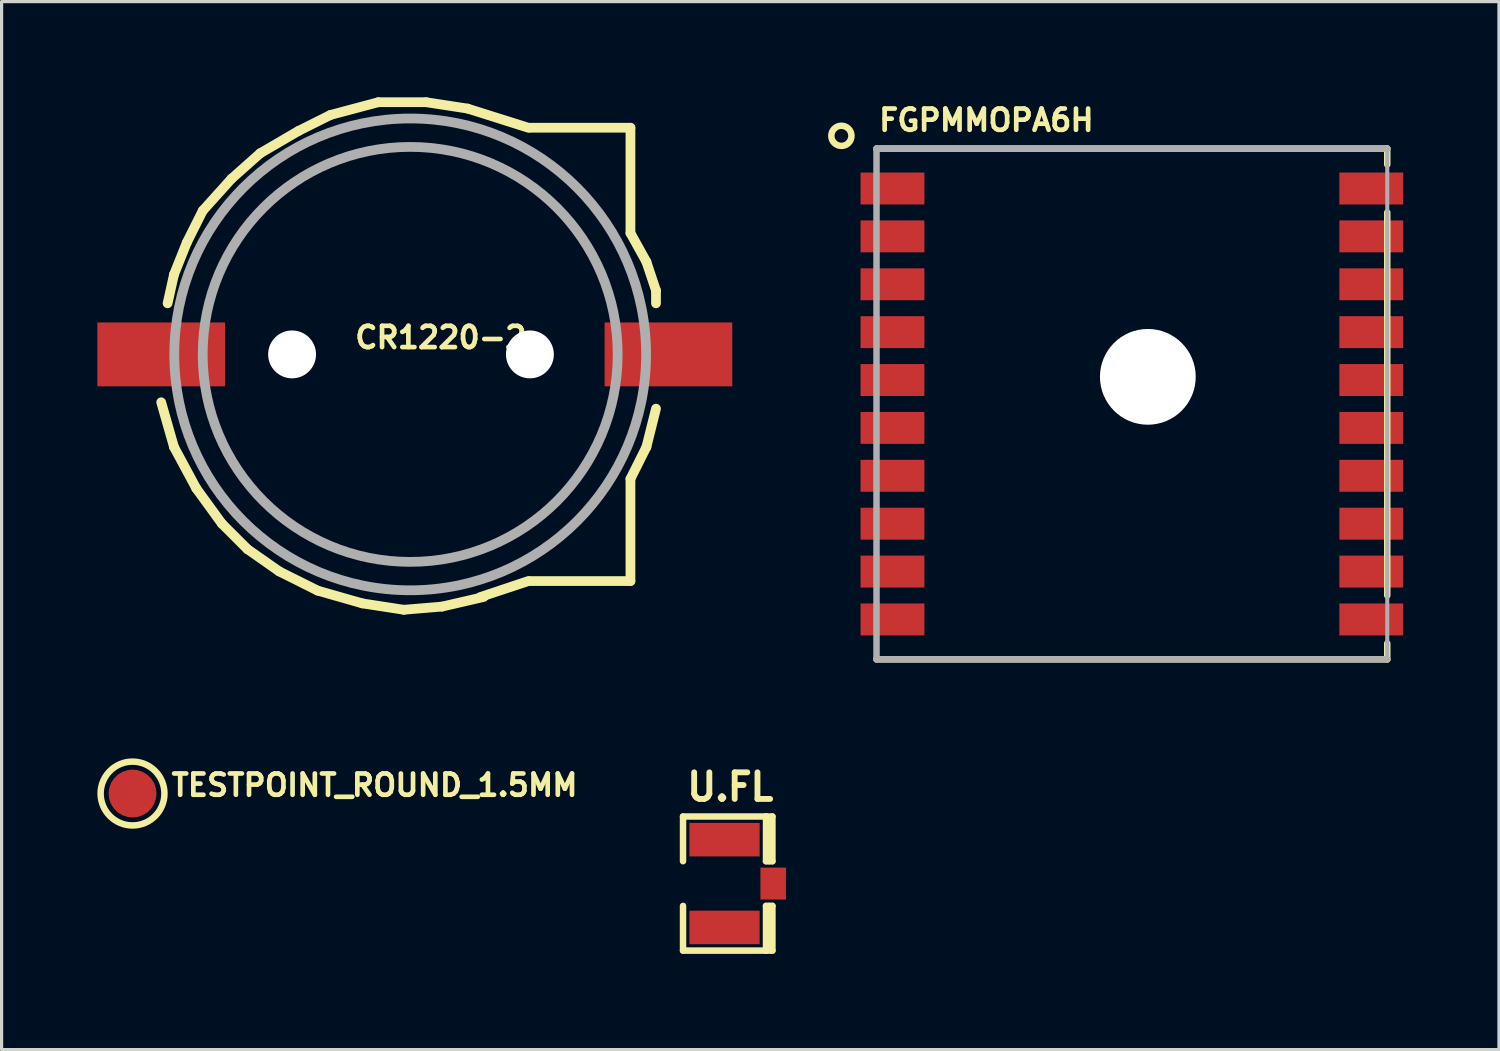
<source format=kicad_pcb>
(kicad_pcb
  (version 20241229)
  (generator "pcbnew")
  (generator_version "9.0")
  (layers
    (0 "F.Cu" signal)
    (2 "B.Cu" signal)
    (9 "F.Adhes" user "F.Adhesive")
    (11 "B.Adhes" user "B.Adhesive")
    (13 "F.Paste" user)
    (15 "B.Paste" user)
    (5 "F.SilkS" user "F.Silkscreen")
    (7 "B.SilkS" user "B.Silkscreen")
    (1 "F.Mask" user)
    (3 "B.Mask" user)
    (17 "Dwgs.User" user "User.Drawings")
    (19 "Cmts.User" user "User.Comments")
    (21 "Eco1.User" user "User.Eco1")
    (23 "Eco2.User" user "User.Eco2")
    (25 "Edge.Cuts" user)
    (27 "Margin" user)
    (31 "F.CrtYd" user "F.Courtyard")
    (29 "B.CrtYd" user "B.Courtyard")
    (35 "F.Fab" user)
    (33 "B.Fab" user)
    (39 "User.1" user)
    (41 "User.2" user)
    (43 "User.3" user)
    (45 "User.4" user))
  (footprint "FGPMMOPA6H"
    (layer "F.Cu")
    (at 32.408 9.605)
    (property "Reference" "FGPMMOPA6H" (at -8 -8.5 0) (unlocked yes) (layer "F.SilkS") (effects (font (size 0.666 0.666) (thickness 0.146)) (justify left bottom)))
    (fp_line (start -8 -8) (end 8 -8) (stroke (width 0.203) (type solid)) (layer "F.SilkS"))
    (fp_line (start 8 -8) (end 8 -7.5) (stroke (width 0.203) (type solid)) (layer "F.SilkS"))
    (fp_line (start 8 -6) (end 8 6) (stroke (width 0.203) (type solid)) (layer "F.SilkS"))
    (fp_line (start 8 7.5) (end 8 8) (stroke (width 0.203) (type solid)) (layer "F.SilkS"))
    (fp_line (start 8 8) (end -8 8) (stroke (width 0.203) (type solid)) (layer "F.SilkS"))
    (fp_circle (center -9.1 -8.4) (end -8.784 -8.4) (stroke (width 0.203) (type solid)) (fill no) (layer "F.SilkS"))
    (fp_line (start -8 -8) (end 8 -8) (stroke (width 0.203) (type solid)) (layer "F.Fab"))
    (fp_line (start -8 8) (end -8 -8) (stroke (width 0.203) (type solid)) (layer "F.Fab"))
    (fp_line (start 8 -8) (end 8 8) (stroke (width 0.127) (type solid)) (layer "F.Fab"))
    (fp_line (start 8 8) (end -8 8) (stroke (width 0.203) (type solid)) (layer "F.Fab"))
    (fp_circle (center 0.5 -0.85) (end 1 -0.85) (stroke (width 0.813) (type solid)) (fill no) (layer "F.Fab"))
    (pad "" np_thru_hole circle (at 0.5 -0.85) (size 3 3) (drill 3) (layers "*.Cu" "*.Mask"))
    (pad "P$1" smd rect (at -7.5 -6.75) (size 2 1) (layers "F.Cu" "F.Mask" "F.Paste"))
    (pad "P$2" smd rect (at -7.5 -5.25) (size 2 1) (layers "F.Cu" "F.Mask" "F.Paste"))
    (pad "P$3" smd rect (at -7.5 -3.75) (size 2 1) (layers "F.Cu" "F.Mask" "F.Paste"))
    (pad "P$4" smd rect (at -7.5 -2.25) (size 2 1) (layers "F.Cu" "F.Mask" "F.Paste"))
    (pad "P$5" smd rect (at -7.5 -0.75) (size 2 1) (layers "F.Cu" "F.Mask" "F.Paste"))
    (pad "P$6" smd rect (at -7.5 0.75) (size 2 1) (layers "F.Cu" "F.Mask" "F.Paste"))
    (pad "P$7" smd rect (at -7.5 2.25) (size 2 1) (layers "F.Cu" "F.Mask" "F.Paste"))
    (pad "P$8" smd rect (at -7.5 3.75) (size 2 1) (layers "F.Cu" "F.Mask" "F.Paste"))
    (pad "P$9" smd rect (at -7.5 5.25) (size 2 1) (layers "F.Cu" "F.Mask" "F.Paste"))
    (pad "P$10" smd rect (at -7.5 6.75) (size 2 1) (layers "F.Cu" "F.Mask" "F.Paste"))
    (pad "P$11" smd rect (at 7.5 6.75 180) (size 2 1) (layers "F.Cu" "F.Mask" "F.Paste"))
    (pad "P$12" smd rect (at 7.5 5.25 180) (size 2 1) (layers "F.Cu" "F.Mask" "F.Paste"))
    (pad "P$13" smd rect (at 7.5 3.75 180) (size 2 1) (layers "F.Cu" "F.Mask" "F.Paste"))
    (pad "P$14" smd rect (at 7.5 2.25 180) (size 2 1) (layers "F.Cu" "F.Mask" "F.Paste"))
    (pad "P$15" smd rect (at 7.5 0.75 180) (size 2 1) (layers "F.Cu" "F.Mask" "F.Paste"))
    (pad "P$16" smd rect (at 7.5 -0.75 180) (size 2 1) (layers "F.Cu" "F.Mask" "F.Paste"))
    (pad "P$17" smd rect (at 7.5 -2.25 180) (size 2 1) (layers "F.Cu" "F.Mask" "F.Paste"))
    (pad "P$18" smd rect (at 7.5 -3.75 180) (size 2 1) (layers "F.Cu" "F.Mask" "F.Paste"))
    (pad "P$19" smd rect (at 7.5 -5.25 180) (size 2 1) (layers "F.Cu" "F.Mask" "F.Paste"))
    (pad "P$20" smd rect (at 7.5 -6.75 180) (size 2 1) (layers "F.Cu" "F.Mask" "F.Paste")))
  (footprint "CR1220-2"
    (layer "F.Cu")
    (at 9.6 8.052)
    (property "Reference" "CR1220-2" (at -1.602 -0.14 0) (unlocked yes) (layer "F.SilkS") (effects (font (size 0.666 0.666) (thickness 0.146)) (justify left bottom)))
    (fp_line (start -7.6 1.5) (end -7.2 2.9) (stroke (width 0.305) (type solid)) (layer "F.SilkS"))
    (fp_line (start -7.4 -1.6) (end -7.2 -2.5) (stroke (width 0.305) (type solid)) (layer "F.SilkS"))
    (fp_line (start -7.2 -2.5) (end -6.8 -3.5) (stroke (width 0.305) (type solid)) (layer "F.SilkS"))
    (fp_line (start -7.2 2.9) (end -6.5 4.2) (stroke (width 0.305) (type solid)) (layer "F.SilkS"))
    (fp_line (start -6.8 -3.5) (end -6.3 -4.5) (stroke (width 0.305) (type solid)) (layer "F.SilkS"))
    (fp_line (start -6.5 4.2) (end -5.7 5.3) (stroke (width 0.305) (type solid)) (layer "F.SilkS"))
    (fp_line (start -6.3 -4.5) (end -5.4 -5.5) (stroke (width 0.305) (type solid)) (layer "F.SilkS"))
    (fp_line (start -5.7 5.3) (end -4.9 6.1) (stroke (width 0.305) (type solid)) (layer "F.SilkS"))
    (fp_line (start -5.4 -5.5) (end -4.5 -6.3) (stroke (width 0.305) (type solid)) (layer "F.SilkS"))
    (fp_line (start -4.9 6.1) (end -3.9 6.8) (stroke (width 0.305) (type solid)) (layer "F.SilkS"))
    (fp_line (start -4.5 -6.3) (end -3.3 -7) (stroke (width 0.305) (type solid)) (layer "F.SilkS"))
    (fp_line (start -3.9 6.8) (end -2.7 7.4) (stroke (width 0.305) (type solid)) (layer "F.SilkS"))
    (fp_line (start -3.3 -7) (end -2.3 -7.5) (stroke (width 0.305) (type solid)) (layer "F.SilkS"))
    (fp_line (start -2.7 7.4) (end -1.3 7.8) (stroke (width 0.305) (type solid)) (layer "F.SilkS"))
    (fp_line (start -2.3 -7.5) (end -0.8 -7.9) (stroke (width 0.305) (type solid)) (layer "F.SilkS"))
    (fp_line (start -1.3 7.8) (end 0 8) (stroke (width 0.305) (type solid)) (layer "F.SilkS"))
    (fp_line (start -0.8 -7.9) (end 0.7 -7.9) (stroke (width 0.305) (type solid)) (layer "F.SilkS"))
    (fp_line (start 0 8) (end 1.2 7.9) (stroke (width 0.305) (type solid)) (layer "F.SilkS"))
    (fp_line (start 0.7 -7.9) (end 2 -7.7) (stroke (width 0.305) (type solid)) (layer "F.SilkS"))
    (fp_line (start 1.2 7.9) (end 2.5 7.6) (stroke (width 0.305) (type solid)) (layer "F.SilkS"))
    (fp_line (start 2 -7.7) (end 3.9 -7.1) (stroke (width 0.305) (type solid)) (layer "F.SilkS"))
    (fp_line (start 2.4 7.6) (end 3.9 7.1) (stroke (width 0.305) (type solid)) (layer "F.SilkS"))
    (fp_line (start 3.95 -7.1) (end 7.1 -7.1) (stroke (width 0.305) (type solid)) (layer "F.SilkS"))
    (fp_line (start 3.95 7.1) (end 7.1 7.1) (stroke (width 0.305) (type solid)) (layer "F.SilkS"))
    (fp_line (start 7.1 -7.1) (end 7.1 -3.8) (stroke (width 0.305) (type solid)) (layer "F.SilkS"))
    (fp_line (start 7.1 -3.8) (end 7.6 -2.9) (stroke (width 0.305) (type solid)) (layer "F.SilkS"))
    (fp_line (start 7.1 3.9) (end 7.6 2.9) (stroke (width 0.305) (type solid)) (layer "F.SilkS"))
    (fp_line (start 7.1 7.1) (end 7.1 3.9) (stroke (width 0.305) (type solid)) (layer "F.SilkS"))
    (fp_line (start 7.6 -2.9) (end 7.9 -2) (stroke (width 0.305) (type solid)) (layer "F.SilkS"))
    (fp_line (start 7.6 2.9) (end 7.9 1.7) (stroke (width 0.305) (type solid)) (layer "F.SilkS"))
    (fp_line (start 7.9 -2) (end 7.9 -1.6) (stroke (width 0.305) (type solid)) (layer "F.SilkS"))
    (fp_circle (center 0.2 0) (end 6.7 0) (stroke (width 0.305) (type solid)) (fill no) (layer "F.Fab"))
    (fp_circle (center 0.2 0) (end 7.59 0) (stroke (width 0.305) (type solid)) (fill no) (layer "F.Fab"))
    (pad "" np_thru_hole circle (at -3.5 0) (size 1.5 1.5) (drill 1.5) (layers "*.Cu" "*.Mask"))
    (pad "" np_thru_hole circle (at 3.95 0) (size 1.5 1.5) (drill 1.5) (layers "*.Cu" "*.Mask"))
    (pad "+" smd rect (at 8.29 0) (size 4 2) (layers "F.Cu" "F.Mask" "F.Paste"))
    (pad "-" smd rect (at -7.6 0) (size 4 2) (layers "F.Cu" "F.Mask" "F.Paste")))
  (footprint "U.FL"
    (layer "F.Cu")
    (at 19.647 24.629)
    (property "Reference" "U.FL" (at -1.27 -2.54 0) (unlocked yes) (layer "F.SilkS") (effects (font (size 0.833 0.833) (thickness 0.183)) (justify left bottom)))
    (fp_line (start -1.3 -0.7) (end -1.3 -2.1) (stroke (width 0.203) (type solid)) (layer "F.SilkS"))
    (fp_line (start -1.3 2.1) (end -1.3 0.7) (stroke (width 0.203) (type solid)) (layer "F.SilkS"))
    (fp_line (start -1.3 2.1) (end 1.3 2.1) (stroke (width 0.203) (type solid)) (layer "F.SilkS"))
    (fp_line (start 1.3 -2.1) (end -1.3 -2.1) (stroke (width 0.203) (type solid)) (layer "F.SilkS"))
    (fp_line (start 1.3 -0.7) (end 1.3 -2.1) (stroke (width 0.203) (type solid)) (layer "F.SilkS"))
    (fp_line (start 1.3 2.1) (end 1.3 0.7) (stroke (width 0.203) (type solid)) (layer "F.SilkS"))
    (fp_line (start 1.4 -0.7) (end 1.4 -2) (stroke (width 0.203) (type solid)) (layer "F.SilkS"))
    (fp_line (start 1.4 2) (end 1.4 0.7) (stroke (width 0.203) (type solid)) (layer "F.SilkS"))
    (fp_line (start 1.5 -2.1) (end 1.3 -2.1) (stroke (width 0.203) (type solid)) (layer "F.SilkS"))
    (fp_line (start 1.5 -0.7) (end 1.3 -0.7) (stroke (width 0.203) (type solid)) (layer "F.SilkS"))
    (fp_line (start 1.5 -0.7) (end 1.5 -2.1) (stroke (width 0.203) (type solid)) (layer "F.SilkS"))
    (fp_line (start 1.5 0.7) (end 1.3 0.7) (stroke (width 0.203) (type solid)) (layer "F.SilkS"))
    (fp_line (start 1.5 2.1) (end 1.3 2.1) (stroke (width 0.203) (type solid)) (layer "F.SilkS"))
    (fp_line (start 1.5 2.1) (end 1.5 0.7) (stroke (width 0.203) (type solid)) (layer "F.SilkS"))
    (pad "1" smd rect (at 0 -1.375) (size 2.2 1.05) (layers "F.Cu" "F.Mask" "F.Paste"))
    (pad "2" smd rect (at 0 1.375) (size 2.2 1.05) (layers "F.Cu" "F.Mask" "F.Paste"))
    (pad "3" smd rect (at 1.525 0) (size 0.8 1) (layers "F.Cu" "F.Mask" "F.Paste"))
    (zone (net_name "") (layer "F.Cu") (hatch edge 0.5) (connect_pads) (min_thickness 0.25) (filled_areas_thickness no) (keepout (tracks not_allowed) (vias not_allowed) (pads not_allowed) (copperpour not_allowed) (footprints allowed)) (placement (enabled no)) (fill) (polygon (pts (xy 18.758 25.454) (xy 20.536 25.454) (xy 20.536 23.803) (xy 18.758 23.803)))))
  (footprint "TESTPOINT_ROUND_1.5MM"
    (layer "F.Cu")
    (at 1.102 21.809)
    (property "Reference" "TESTPOINT_ROUND_1.5MM" (at 1.143 0.127 0) (unlocked yes) (layer "F.SilkS") (effects (font (size 0.666 0.666) (thickness 0.146)) (justify left bottom)))
    (fp_circle (center 0 0) (end 1 0) (stroke (width 0.203) (type solid)) (fill no) (layer "F.SilkS"))
    (pad "P$1" smd roundrect (at 0 0) (size 1.5 1.5) (layers "F.Cu" "F.Mask") (roundrect_rratio 0.5)))
  (gr_rect
    (start -3 -3)
    (end 43.908 29.83)
    (stroke (width 0.1) (type default))
    (fill no)
    (layer "Edge.Cuts")))
</source>
